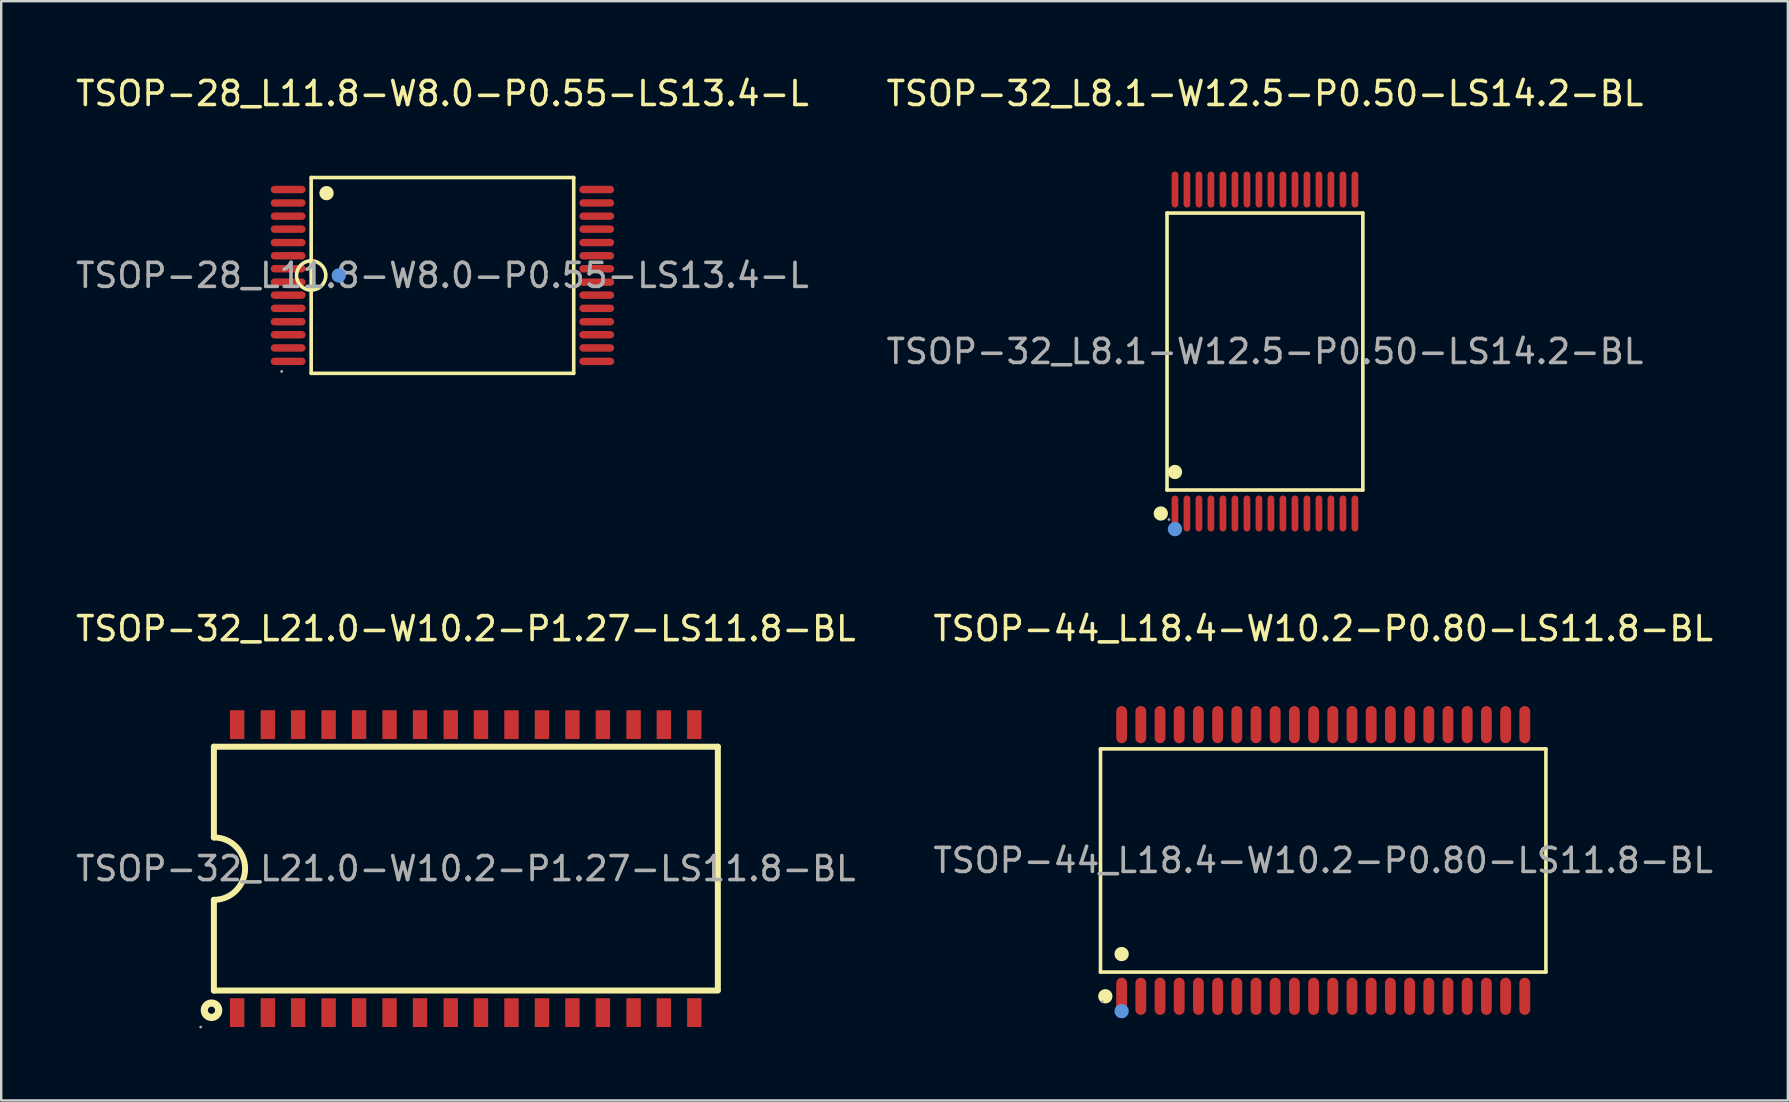
<source format=kicad_pcb>
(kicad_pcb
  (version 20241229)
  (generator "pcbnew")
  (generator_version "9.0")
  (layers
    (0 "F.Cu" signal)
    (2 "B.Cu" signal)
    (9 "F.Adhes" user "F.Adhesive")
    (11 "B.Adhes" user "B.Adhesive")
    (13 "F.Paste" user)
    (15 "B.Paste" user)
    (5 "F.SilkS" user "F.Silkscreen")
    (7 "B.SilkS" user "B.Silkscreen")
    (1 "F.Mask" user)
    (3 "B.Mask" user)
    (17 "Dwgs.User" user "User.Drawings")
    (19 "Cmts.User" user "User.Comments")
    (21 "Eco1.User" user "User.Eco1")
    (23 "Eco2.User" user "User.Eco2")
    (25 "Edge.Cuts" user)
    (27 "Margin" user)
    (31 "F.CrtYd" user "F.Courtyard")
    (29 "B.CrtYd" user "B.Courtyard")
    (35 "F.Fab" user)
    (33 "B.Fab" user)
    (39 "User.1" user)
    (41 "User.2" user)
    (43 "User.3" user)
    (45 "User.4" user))
  (footprint "TSOP-44_L18.4-W10.2-P0.80-LS11.8-BL"
    (layer "F.Cu")
    (at 52.089 32.806)
    (property "Reference" "TSOP-44_L18.4-W10.2-P0.80-LS11.8-BL" (at 0 -9.66 0) (layer "F.SilkS") (effects (font (size 1 1) (thickness 0.15))))
    (attr through_hole)
    (fp_line (start -9.28 -4.65) (end 9.28 -4.65) (stroke (width 0.15) (type solid)) (layer "F.SilkS"))
    (fp_line (start -9.28 4.65) (end -9.28 -4.65) (stroke (width 0.15) (type solid)) (layer "F.SilkS"))
    (fp_line (start 9.28 -4.65) (end 9.28 4.65) (stroke (width 0.15) (type solid)) (layer "F.SilkS"))
    (fp_line (start 9.28 4.65) (end -9.28 4.65) (stroke (width 0.15) (type solid)) (layer "F.SilkS"))
    (fp_circle (center -9.08 5.66) (end -8.93 5.66) (stroke (width 0.3) (type solid)) (fill no) (layer "F.SilkS"))
    (fp_circle (center -8.4 3.9) (end -8.25 3.9) (stroke (width 0.3) (type solid)) (fill no) (layer "F.SilkS"))
    (fp_circle (center -8.4 6.28) (end -8.25 6.28) (stroke (width 0.3) (type solid)) (fill no) (layer "Cmts.User"))
    (fp_circle (center -9.2 5.88) (end -9.17 5.88) (stroke (width 0.06) (type solid)) (fill no) (layer "F.Fab"))
    (fp_text user "${REFERENCE}" (at 0 0 0) (layer "F.Fab") (effects (font (size 1 1) (thickness 0.15))))
    (pad "1" smd oval (at -8.4 5.66) (size 0.45 1.55) (layers "F.Cu" "F.Mask" "F.Paste"))
    (pad "2" smd oval (at -7.6 5.66) (size 0.45 1.55) (layers "F.Cu" "F.Mask" "F.Paste"))
    (pad "3" smd oval (at -6.8 5.66) (size 0.45 1.55) (layers "F.Cu" "F.Mask" "F.Paste"))
    (pad "4" smd oval (at -6 5.66) (size 0.45 1.55) (layers "F.Cu" "F.Mask" "F.Paste"))
    (pad "5" smd oval (at -5.2 5.66) (size 0.45 1.55) (layers "F.Cu" "F.Mask" "F.Paste"))
    (pad "6" smd oval (at -4.4 5.66) (size 0.45 1.55) (layers "F.Cu" "F.Mask" "F.Paste"))
    (pad "7" smd oval (at -3.6 5.66) (size 0.45 1.55) (layers "F.Cu" "F.Mask" "F.Paste"))
    (pad "8" smd oval (at -2.8 5.66) (size 0.45 1.55) (layers "F.Cu" "F.Mask" "F.Paste"))
    (pad "9" smd oval (at -2 5.66) (size 0.45 1.55) (layers "F.Cu" "F.Mask" "F.Paste"))
    (pad "10" smd oval (at -1.2 5.66) (size 0.45 1.55) (layers "F.Cu" "F.Mask" "F.Paste"))
    (pad "11" smd oval (at -0.4 5.66) (size 0.45 1.55) (layers "F.Cu" "F.Mask" "F.Paste"))
    (pad "12" smd oval (at 0.4 5.66) (size 0.45 1.55) (layers "F.Cu" "F.Mask" "F.Paste"))
    (pad "13" smd oval (at 1.2 5.66) (size 0.45 1.55) (layers "F.Cu" "F.Mask" "F.Paste"))
    (pad "14" smd oval (at 2 5.66) (size 0.45 1.55) (layers "F.Cu" "F.Mask" "F.Paste"))
    (pad "15" smd oval (at 2.8 5.66) (size 0.45 1.55) (layers "F.Cu" "F.Mask" "F.Paste"))
    (pad "16" smd oval (at 3.6 5.66) (size 0.45 1.55) (layers "F.Cu" "F.Mask" "F.Paste"))
    (pad "17" smd oval (at 4.4 5.66) (size 0.45 1.55) (layers "F.Cu" "F.Mask" "F.Paste"))
    (pad "18" smd oval (at 5.2 5.66) (size 0.45 1.55) (layers "F.Cu" "F.Mask" "F.Paste"))
    (pad "19" smd oval (at 6 5.66) (size 0.45 1.55) (layers "F.Cu" "F.Mask" "F.Paste"))
    (pad "20" smd oval (at 6.8 5.66) (size 0.45 1.55) (layers "F.Cu" "F.Mask" "F.Paste"))
    (pad "21" smd oval (at 7.6 5.66) (size 0.45 1.55) (layers "F.Cu" "F.Mask" "F.Paste"))
    (pad "22" smd oval (at 8.4 5.66) (size 0.45 1.55) (layers "F.Cu" "F.Mask" "F.Paste"))
    (pad "23" smd oval (at 8.4 -5.66) (size 0.45 1.55) (layers "F.Cu" "F.Mask" "F.Paste"))
    (pad "24" smd oval (at 7.6 -5.66) (size 0.45 1.55) (layers "F.Cu" "F.Mask" "F.Paste"))
    (pad "25" smd oval (at 6.8 -5.66) (size 0.45 1.55) (layers "F.Cu" "F.Mask" "F.Paste"))
    (pad "26" smd oval (at 6 -5.66) (size 0.45 1.55) (layers "F.Cu" "F.Mask" "F.Paste"))
    (pad "27" smd oval (at 5.2 -5.66) (size 0.45 1.55) (layers "F.Cu" "F.Mask" "F.Paste"))
    (pad "28" smd oval (at 4.4 -5.66) (size 0.45 1.55) (layers "F.Cu" "F.Mask" "F.Paste"))
    (pad "29" smd oval (at 3.6 -5.66) (size 0.45 1.55) (layers "F.Cu" "F.Mask" "F.Paste"))
    (pad "30" smd oval (at 2.8 -5.66) (size 0.45 1.55) (layers "F.Cu" "F.Mask" "F.Paste"))
    (pad "31" smd oval (at 2 -5.66) (size 0.45 1.55) (layers "F.Cu" "F.Mask" "F.Paste"))
    (pad "32" smd oval (at 1.2 -5.66) (size 0.45 1.55) (layers "F.Cu" "F.Mask" "F.Paste"))
    (pad "33" smd oval (at 0.4 -5.66) (size 0.45 1.55) (layers "F.Cu" "F.Mask" "F.Paste"))
    (pad "34" smd oval (at -0.4 -5.66) (size 0.45 1.55) (layers "F.Cu" "F.Mask" "F.Paste"))
    (pad "35" smd oval (at -1.2 -5.66) (size 0.45 1.55) (layers "F.Cu" "F.Mask" "F.Paste"))
    (pad "36" smd oval (at -2 -5.66) (size 0.45 1.55) (layers "F.Cu" "F.Mask" "F.Paste"))
    (pad "37" smd oval (at -2.8 -5.66) (size 0.45 1.55) (layers "F.Cu" "F.Mask" "F.Paste"))
    (pad "38" smd oval (at -3.6 -5.66) (size 0.45 1.55) (layers "F.Cu" "F.Mask" "F.Paste"))
    (pad "39" smd oval (at -4.4 -5.66) (size 0.45 1.55) (layers "F.Cu" "F.Mask" "F.Paste"))
    (pad "40" smd oval (at -5.2 -5.66) (size 0.45 1.55) (layers "F.Cu" "F.Mask" "F.Paste"))
    (pad "41" smd oval (at -6 -5.66) (size 0.45 1.55) (layers "F.Cu" "F.Mask" "F.Paste"))
    (pad "42" smd oval (at -6.8 -5.66) (size 0.45 1.55) (layers "F.Cu" "F.Mask" "F.Paste"))
    (pad "43" smd oval (at -7.6 -5.66) (size 0.45 1.55) (layers "F.Cu" "F.Mask" "F.Paste"))
    (pad "44" smd oval (at -8.4 -5.66) (size 0.45 1.55) (layers "F.Cu" "F.Mask" "F.Paste")))
  (footprint "TSOP-28_L11.8-W8.0-P0.55-LS13.4-L"
    (layer "F.Cu")
    (at 15.387 8.428)
    (property "Reference" "TSOP-28_L11.8-W8.0-P0.55-LS13.4-L" (at 0 -7.58 0) (layer "F.SilkS") (effects (font (size 1 1) (thickness 0.15))))
    (attr through_hole)
    (fp_line (start -5.47 -4.08) (end 5.47 -4.08) (stroke (width 0.15) (type solid)) (layer "F.SilkS"))
    (fp_line (start -5.47 4.08) (end -5.47 -4.08) (stroke (width 0.15) (type solid)) (layer "F.SilkS"))
    (fp_line (start 5.47 -4.08) (end 5.47 4.08) (stroke (width 0.15) (type solid)) (layer "F.SilkS"))
    (fp_line (start 5.47 4.08) (end -5.47 4.08) (stroke (width 0.15) (type solid)) (layer "F.SilkS"))
    (fp_arc (start -5.459354 -0.609907) (mid -5.475323 0.609977) (end -5.47 -0.61) (stroke (width 0.15) (type solid)) (layer "F.SilkS"))
    (fp_circle (center -4.83 -3.43) (end -4.68 -3.43) (stroke (width 0.3) (type solid)) (fill no) (layer "F.SilkS"))
    (fp_circle (center -4.32 0) (end -4.17 0) (stroke (width 0.3) (type solid)) (fill no) (layer "Cmts.User"))
    (fp_circle (center -6.7 4) (end -6.67 4) (stroke (width 0.06) (type solid)) (fill no) (layer "F.Fab"))
    (fp_text user "${REFERENCE}" (at 0 0 0) (layer "F.Fab") (effects (font (size 1 1) (thickness 0.15))))
    (pad "1" smd oval (at -6.43 0.28 270) (size 0.31 1.45) (layers "F.Cu" "F.Mask" "F.Paste"))
    (pad "2" smd oval (at -6.43 0.82 270) (size 0.31 1.45) (layers "F.Cu" "F.Mask" "F.Paste"))
    (pad "3" smd oval (at -6.43 1.37 270) (size 0.31 1.45) (layers "F.Cu" "F.Mask" "F.Paste"))
    (pad "4" smd oval (at -6.43 1.93 270) (size 0.31 1.45) (layers "F.Cu" "F.Mask" "F.Paste"))
    (pad "5" smd oval (at -6.43 2.47 270) (size 0.31 1.45) (layers "F.Cu" "F.Mask" "F.Paste"))
    (pad "6" smd oval (at -6.43 3.02 270) (size 0.31 1.45) (layers "F.Cu" "F.Mask" "F.Paste"))
    (pad "7" smd oval (at -6.43 3.58 270) (size 0.31 1.45) (layers "F.Cu" "F.Mask" "F.Paste"))
    (pad "8" smd oval (at 6.43 3.58 270) (size 0.31 1.45) (layers "F.Cu" "F.Mask" "F.Paste"))
    (pad "9" smd oval (at 6.43 3.02 270) (size 0.31 1.45) (layers "F.Cu" "F.Mask" "F.Paste"))
    (pad "10" smd oval (at 6.43 2.47 270) (size 0.31 1.45) (layers "F.Cu" "F.Mask" "F.Paste"))
    (pad "11" smd oval (at 6.43 1.93 270) (size 0.31 1.45) (layers "F.Cu" "F.Mask" "F.Paste"))
    (pad "12" smd oval (at 6.43 1.37 270) (size 0.31 1.45) (layers "F.Cu" "F.Mask" "F.Paste"))
    (pad "13" smd oval (at 6.43 0.82 270) (size 0.31 1.45) (layers "F.Cu" "F.Mask" "F.Paste"))
    (pad "14" smd oval (at 6.43 0.28 270) (size 0.31 1.45) (layers "F.Cu" "F.Mask" "F.Paste"))
    (pad "15" smd oval (at 6.43 -0.28 270) (size 0.31 1.45) (layers "F.Cu" "F.Mask" "F.Paste"))
    (pad "16" smd oval (at 6.43 -0.82 270) (size 0.31 1.45) (layers "F.Cu" "F.Mask" "F.Paste"))
    (pad "17" smd oval (at 6.43 -1.37 270) (size 0.31 1.45) (layers "F.Cu" "F.Mask" "F.Paste"))
    (pad "18" smd oval (at 6.43 -1.93 270) (size 0.31 1.45) (layers "F.Cu" "F.Mask" "F.Paste"))
    (pad "19" smd oval (at 6.43 -2.47 270) (size 0.31 1.45) (layers "F.Cu" "F.Mask" "F.Paste"))
    (pad "20" smd oval (at 6.43 -3.02 270) (size 0.31 1.45) (layers "F.Cu" "F.Mask" "F.Paste"))
    (pad "21" smd oval (at 6.43 -3.58 270) (size 0.31 1.45) (layers "F.Cu" "F.Mask" "F.Paste"))
    (pad "22" smd oval (at -6.43 -3.58 270) (size 0.31 1.45) (layers "F.Cu" "F.Mask" "F.Paste"))
    (pad "23" smd oval (at -6.43 -3.02 270) (size 0.31 1.45) (layers "F.Cu" "F.Mask" "F.Paste"))
    (pad "24" smd oval (at -6.43 -2.47 270) (size 0.31 1.45) (layers "F.Cu" "F.Mask" "F.Paste"))
    (pad "25" smd oval (at -6.43 -1.93 270) (size 0.31 1.45) (layers "F.Cu" "F.Mask" "F.Paste"))
    (pad "26" smd oval (at -6.43 -1.37 270) (size 0.31 1.45) (layers "F.Cu" "F.Mask" "F.Paste"))
    (pad "27" smd oval (at -6.43 -0.82 270) (size 0.31 1.45) (layers "F.Cu" "F.Mask" "F.Paste"))
    (pad "28" smd oval (at -6.43 -0.28 270) (size 0.31 1.45) (layers "F.Cu" "F.Mask" "F.Paste")))
  (footprint "TSOP-32_L8.1-W12.5-P0.50-LS14.2-BL"
    (layer "F.Cu")
    (at 49.661 11.598)
    (property "Reference" "TSOP-32_L8.1-W12.5-P0.50-LS14.2-BL" (at 0 -10.75 0) (layer "F.SilkS") (effects (font (size 1 1) (thickness 0.15))))
    (attr through_hole)
    (fp_line (start -4.08 -5.77) (end 4.08 -5.77) (stroke (width 0.15) (type solid)) (layer "F.SilkS"))
    (fp_line (start -4.08 5.77) (end -4.08 -5.77) (stroke (width 0.15) (type solid)) (layer "F.SilkS"))
    (fp_line (start 4.08 -5.77) (end 4.08 5.77) (stroke (width 0.15) (type solid)) (layer "F.SilkS"))
    (fp_line (start 4.08 5.77) (end -4.08 5.77) (stroke (width 0.15) (type solid)) (layer "F.SilkS"))
    (fp_circle (center -4.34 6.75) (end -4.19 6.75) (stroke (width 0.3) (type solid)) (fill no) (layer "F.SilkS"))
    (fp_circle (center -3.75 5.02) (end -3.6 5.02) (stroke (width 0.3) (type solid)) (fill no) (layer "F.SilkS"))
    (fp_circle (center -3.75 7.4) (end -3.6 7.4) (stroke (width 0.3) (type solid)) (fill no) (layer "Cmts.User"))
    (fp_circle (center -4 7) (end -3.97 7) (stroke (width 0.06) (type solid)) (fill no) (layer "F.Fab"))
    (fp_text user "${REFERENCE}" (at 0 0 0) (layer "F.Fab") (effects (font (size 1 1) (thickness 0.15))))
    (pad "1" smd oval (at -3.75 6.75) (size 0.28 1.5) (layers "F.Cu" "F.Mask" "F.Paste"))
    (pad "2" smd oval (at -3.25 6.75) (size 0.28 1.5) (layers "F.Cu" "F.Mask" "F.Paste"))
    (pad "3" smd oval (at -2.75 6.75) (size 0.28 1.5) (layers "F.Cu" "F.Mask" "F.Paste"))
    (pad "4" smd oval (at -2.25 6.75) (size 0.28 1.5) (layers "F.Cu" "F.Mask" "F.Paste"))
    (pad "5" smd oval (at -1.75 6.75) (size 0.28 1.5) (layers "F.Cu" "F.Mask" "F.Paste"))
    (pad "6" smd oval (at -1.25 6.75) (size 0.28 1.5) (layers "F.Cu" "F.Mask" "F.Paste"))
    (pad "7" smd oval (at -0.75 6.75) (size 0.28 1.5) (layers "F.Cu" "F.Mask" "F.Paste"))
    (pad "8" smd oval (at -0.25 6.75) (size 0.28 1.5) (layers "F.Cu" "F.Mask" "F.Paste"))
    (pad "9" smd oval (at 0.25 6.75) (size 0.28 1.5) (layers "F.Cu" "F.Mask" "F.Paste"))
    (pad "10" smd oval (at 0.75 6.75) (size 0.28 1.5) (layers "F.Cu" "F.Mask" "F.Paste"))
    (pad "11" smd oval (at 1.25 6.75) (size 0.28 1.5) (layers "F.Cu" "F.Mask" "F.Paste"))
    (pad "12" smd oval (at 1.75 6.75) (size 0.28 1.5) (layers "F.Cu" "F.Mask" "F.Paste"))
    (pad "13" smd oval (at 2.25 6.75) (size 0.28 1.5) (layers "F.Cu" "F.Mask" "F.Paste"))
    (pad "14" smd oval (at 2.75 6.75) (size 0.28 1.5) (layers "F.Cu" "F.Mask" "F.Paste"))
    (pad "15" smd oval (at 3.25 6.75) (size 0.28 1.5) (layers "F.Cu" "F.Mask" "F.Paste"))
    (pad "16" smd oval (at 3.75 6.75) (size 0.28 1.5) (layers "F.Cu" "F.Mask" "F.Paste"))
    (pad "17" smd oval (at 3.75 -6.75) (size 0.28 1.5) (layers "F.Cu" "F.Mask" "F.Paste"))
    (pad "18" smd oval (at 3.25 -6.75) (size 0.28 1.5) (layers "F.Cu" "F.Mask" "F.Paste"))
    (pad "19" smd oval (at 2.75 -6.75) (size 0.28 1.5) (layers "F.Cu" "F.Mask" "F.Paste"))
    (pad "20" smd oval (at 2.25 -6.75) (size 0.28 1.5) (layers "F.Cu" "F.Mask" "F.Paste"))
    (pad "21" smd oval (at 1.75 -6.75) (size 0.28 1.5) (layers "F.Cu" "F.Mask" "F.Paste"))
    (pad "22" smd oval (at 1.25 -6.75) (size 0.28 1.5) (layers "F.Cu" "F.Mask" "F.Paste"))
    (pad "23" smd oval (at 0.75 -6.75) (size 0.28 1.5) (layers "F.Cu" "F.Mask" "F.Paste"))
    (pad "24" smd oval (at 0.25 -6.75) (size 0.28 1.5) (layers "F.Cu" "F.Mask" "F.Paste"))
    (pad "25" smd oval (at -0.25 -6.75) (size 0.28 1.5) (layers "F.Cu" "F.Mask" "F.Paste"))
    (pad "26" smd oval (at -0.75 -6.75) (size 0.28 1.5) (layers "F.Cu" "F.Mask" "F.Paste"))
    (pad "27" smd oval (at -1.25 -6.75) (size 0.28 1.5) (layers "F.Cu" "F.Mask" "F.Paste"))
    (pad "28" smd oval (at -1.75 -6.75) (size 0.28 1.5) (layers "F.Cu" "F.Mask" "F.Paste"))
    (pad "29" smd oval (at -2.25 -6.75) (size 0.28 1.5) (layers "F.Cu" "F.Mask" "F.Paste"))
    (pad "30" smd oval (at -2.75 -6.75) (size 0.28 1.5) (layers "F.Cu" "F.Mask" "F.Paste"))
    (pad "31" smd oval (at -3.25 -6.75) (size 0.28 1.5) (layers "F.Cu" "F.Mask" "F.Paste"))
    (pad "32" smd oval (at -3.75 -6.75) (size 0.28 1.5) (layers "F.Cu" "F.Mask" "F.Paste")))
  (footprint "TSOP-32_L21.0-W10.2-P1.27-LS11.8-BL"
    (layer "F.Cu")
    (at 16.363 33.147)
    (property "Reference" "TSOP-32_L21.0-W10.2-P1.27-LS11.8-BL" (at 0 -10 0) (layer "F.SilkS") (effects (font (size 1 1) (thickness 0.15))))
    (attr through_hole)
    (fp_line (start -10.5 -5.08) (end -10.5 -1.3) (stroke (width 0.25) (type solid)) (layer "F.SilkS"))
    (fp_line (start -10.5 -5.08) (end 10.5 -5.08) (stroke (width 0.25) (type solid)) (layer "F.SilkS"))
    (fp_line (start -10.5 5.08) (end -10.5 1.3) (stroke (width 0.25) (type solid)) (layer "F.SilkS"))
    (fp_line (start 10.5 -5.08) (end 10.5 5.05) (stroke (width 0.25) (type solid)) (layer "F.SilkS"))
    (fp_line (start 10.5 5.08) (end -10.5 5.08) (stroke (width 0.25) (type solid)) (layer "F.SilkS"))
    (fp_arc (start -10.5 -1.3) (mid -9.2 0) (end -10.5 1.3) (stroke (width 0.25) (type solid)) (layer "F.SilkS"))
    (fp_circle (center -10.6 5.9) (end -10.3 5.9) (stroke (width 0.3) (type solid)) (fill no) (layer "F.SilkS"))
    (fp_circle (center -11.05 6.6) (end -11.02 6.6) (stroke (width 0.06) (type solid)) (fill no) (layer "F.Fab"))
    (fp_text user "${REFERENCE}" (at 0 0 0) (layer "F.Fab") (effects (font (size 1 1) (thickness 0.15))))
    (pad "1" smd rect (at -9.53 6 180) (size 0.6 1.2) (layers "F.Cu" "F.Mask" "F.Paste"))
    (pad "2" smd rect (at -8.25 6 180) (size 0.6 1.2) (layers "F.Cu" "F.Mask" "F.Paste"))
    (pad "3" smd rect (at -6.99 6 180) (size 0.6 1.2) (layers "F.Cu" "F.Mask" "F.Paste"))
    (pad "4" smd rect (at -5.72 6 180) (size 0.6 1.2) (layers "F.Cu" "F.Mask" "F.Paste"))
    (pad "5" smd rect (at -4.45 6 180) (size 0.6 1.2) (layers "F.Cu" "F.Mask" "F.Paste"))
    (pad "6" smd rect (at -3.18 6 180) (size 0.6 1.2) (layers "F.Cu" "F.Mask" "F.Paste"))
    (pad "7" smd rect (at -1.91 6 180) (size 0.6 1.2) (layers "F.Cu" "F.Mask" "F.Paste"))
    (pad "8" smd rect (at -0.63 6 180) (size 0.6 1.2) (layers "F.Cu" "F.Mask" "F.Paste"))
    (pad "9" smd rect (at 0.63 6 180) (size 0.6 1.2) (layers "F.Cu" "F.Mask" "F.Paste"))
    (pad "10" smd rect (at 1.9 6 180) (size 0.6 1.2) (layers "F.Cu" "F.Mask" "F.Paste"))
    (pad "11" smd rect (at 3.17 6 180) (size 0.6 1.2) (layers "F.Cu" "F.Mask" "F.Paste"))
    (pad "12" smd rect (at 4.44 6 180) (size 0.6 1.2) (layers "F.Cu" "F.Mask" "F.Paste"))
    (pad "13" smd rect (at 5.71 6 180) (size 0.6 1.2) (layers "F.Cu" "F.Mask" "F.Paste"))
    (pad "14" smd rect (at 6.99 6 180) (size 0.6 1.2) (layers "F.Cu" "F.Mask" "F.Paste"))
    (pad "15" smd rect (at 8.25 6 180) (size 0.6 1.2) (layers "F.Cu" "F.Mask" "F.Paste"))
    (pad "16" smd rect (at 9.52 6 180) (size 0.6 1.2) (layers "F.Cu" "F.Mask" "F.Paste"))
    (pad "17" smd rect (at 9.52 -6 180) (size 0.6 1.2) (layers "F.Cu" "F.Mask" "F.Paste"))
    (pad "18" smd rect (at 8.25 -6 180) (size 0.6 1.2) (layers "F.Cu" "F.Mask" "F.Paste"))
    (pad "19" smd rect (at 6.99 -6 180) (size 0.6 1.2) (layers "F.Cu" "F.Mask" "F.Paste"))
    (pad "20" smd rect (at 5.71 -6 180) (size 0.6 1.2) (layers "F.Cu" "F.Mask" "F.Paste"))
    (pad "21" smd rect (at 4.44 -6 180) (size 0.6 1.2) (layers "F.Cu" "F.Mask" "F.Paste"))
    (pad "22" smd rect (at 3.17 -6 180) (size 0.6 1.2) (layers "F.Cu" "F.Mask" "F.Paste"))
    (pad "23" smd rect (at 1.9 -6 180) (size 0.6 1.2) (layers "F.Cu" "F.Mask" "F.Paste"))
    (pad "24" smd rect (at 0.63 -6 180) (size 0.6 1.2) (layers "F.Cu" "F.Mask" "F.Paste"))
    (pad "25" smd rect (at -0.63 -6 180) (size 0.6 1.2) (layers "F.Cu" "F.Mask" "F.Paste"))
    (pad "26" smd rect (at -1.91 -6 180) (size 0.6 1.2) (layers "F.Cu" "F.Mask" "F.Paste"))
    (pad "27" smd rect (at -3.18 -6 180) (size 0.6 1.2) (layers "F.Cu" "F.Mask" "F.Paste"))
    (pad "28" smd rect (at -4.45 -6 180) (size 0.6 1.2) (layers "F.Cu" "F.Mask" "F.Paste"))
    (pad "29" smd rect (at -5.72 -6 180) (size 0.6 1.2) (layers "F.Cu" "F.Mask" "F.Paste"))
    (pad "30" smd rect (at -6.99 -6 180) (size 0.6 1.2) (layers "F.Cu" "F.Mask" "F.Paste"))
    (pad "31" smd rect (at -8.25 -6 180) (size 0.6 1.2) (layers "F.Cu" "F.Mask" "F.Paste"))
    (pad "32" smd rect (at -9.53 -6 180) (size 0.6 1.2) (layers "F.Cu" "F.Mask" "F.Paste")))
  (gr_rect
    (start -3 -3)
    (end 71.452 42.806)
    (stroke (width 0.1) (type default))
    (fill no)
    (layer "Edge.Cuts")))
</source>
